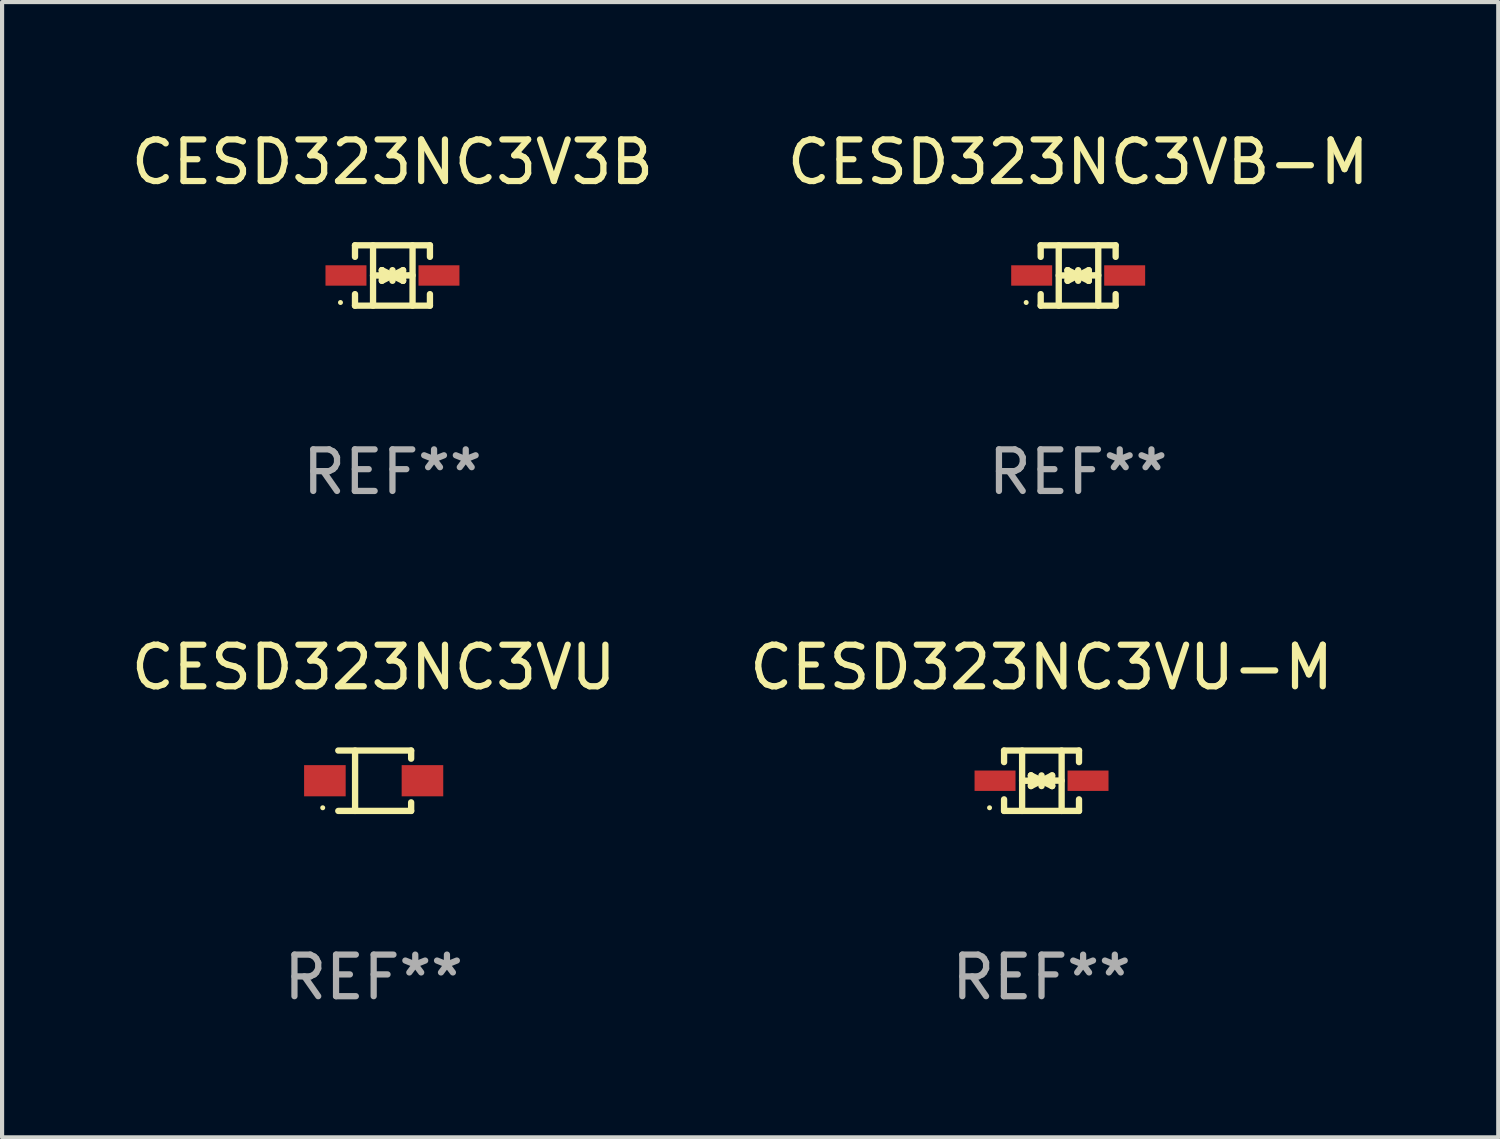
<source format=kicad_pcb>
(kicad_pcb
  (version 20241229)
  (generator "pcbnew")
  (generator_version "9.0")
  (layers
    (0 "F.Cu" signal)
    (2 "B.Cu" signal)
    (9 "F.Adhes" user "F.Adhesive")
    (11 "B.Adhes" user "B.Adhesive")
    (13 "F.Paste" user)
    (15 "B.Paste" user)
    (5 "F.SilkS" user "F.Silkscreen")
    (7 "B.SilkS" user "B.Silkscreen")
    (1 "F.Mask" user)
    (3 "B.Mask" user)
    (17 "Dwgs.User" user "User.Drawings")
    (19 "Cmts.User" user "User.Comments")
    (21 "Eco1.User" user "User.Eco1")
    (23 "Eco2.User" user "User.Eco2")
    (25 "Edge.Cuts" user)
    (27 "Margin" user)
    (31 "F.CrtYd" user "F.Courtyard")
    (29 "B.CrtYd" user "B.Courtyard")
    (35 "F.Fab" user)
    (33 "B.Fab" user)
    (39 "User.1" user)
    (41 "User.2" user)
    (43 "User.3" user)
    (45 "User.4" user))
  (footprint "CESD323NC3VU-M"
    (layer "F.Cu")
    (at 21.994 15.723)
    (property "Reference" "CESD323NC3VU-M" (at 0 -2.726 0) (layer "F.SilkS") (effects (font (size 1 1) (thickness 0.15))))
    (attr through_hole)
    (fp_line (start -0.901 -0.726) (end -0.901 -0.448) (stroke (width 0.152) (type solid)) (layer "F.SilkS"))
    (fp_line (start -0.901 0.726) (end -0.901 0.448) (stroke (width 0.152) (type solid)) (layer "F.SilkS"))
    (fp_line (start -0.467 0) (end 0.483 -0.003) (stroke (width 0.154) (type solid)) (layer "F.SilkS"))
    (fp_line (start -0.467 0.726) (end -0.467 -0.726) (stroke (width 0.152) (type solid)) (layer "F.SilkS"))
    (fp_line (start -0.254 -0.127) (end -0.254 -0.127) (stroke (width 0.154) (type solid)) (layer "F.SilkS"))
    (fp_line (start -0.254 -0.127) (end -0.002 -0.003) (stroke (width 0.154) (type solid)) (layer "F.SilkS"))
    (fp_line (start -0.254 0.127) (end -0.254 -0.127) (stroke (width 0.154) (type solid)) (layer "F.SilkS"))
    (fp_line (start -0.127 0) (end 0.003 0) (stroke (width 0.154) (type solid)) (layer "F.SilkS"))
    (fp_line (start -0.003 0) (end -0.254 0.127) (stroke (width 0.154) (type solid)) (layer "F.SilkS"))
    (fp_line (start 0 -0.127) (end 0 0.127) (stroke (width 0.154) (type solid)) (layer "F.SilkS"))
    (fp_line (start 0.003 0) (end 0.254 -0.127) (stroke (width 0.154) (type solid)) (layer "F.SilkS"))
    (fp_line (start 0.127 0) (end -0.003 0) (stroke (width 0.154) (type solid)) (layer "F.SilkS"))
    (fp_line (start 0.254 -0.127) (end 0.254 0.127) (stroke (width 0.154) (type solid)) (layer "F.SilkS"))
    (fp_line (start 0.254 0.127) (end 0.002 0.003) (stroke (width 0.154) (type solid)) (layer "F.SilkS"))
    (fp_line (start 0.254 0.127) (end 0.254 0.127) (stroke (width 0.154) (type solid)) (layer "F.SilkS"))
    (fp_line (start 0.483 0.726) (end 0.483 -0.726) (stroke (width 0.152) (type solid)) (layer "F.SilkS"))
    (fp_line (start 0.901 -0.726) (end -0.901 -0.726) (stroke (width 0.152) (type solid)) (layer "F.SilkS"))
    (fp_line (start 0.901 -0.726) (end 0.901 -0.448) (stroke (width 0.152) (type solid)) (layer "F.SilkS"))
    (fp_line (start 0.901 0.726) (end -0.901 0.726) (stroke (width 0.152) (type solid)) (layer "F.SilkS"))
    (fp_line (start 0.901 0.726) (end 0.901 0.448) (stroke (width 0.152) (type solid)) (layer "F.SilkS"))
    (fp_circle (center -1.25 0.65) (end -1.22 0.65) (stroke (width 0.06) (type solid)) (fill no) (layer "F.SilkS"))
    (fp_text user "REF**" (at 0 4.726 0) (layer "F.Fab") (effects (font (size 1 1) (thickness 0.15))))
    (pad "1" smd rect (at -1.118 0) (size 0.985 0.49) (layers "F.Cu" "F.Mask" "F.Paste"))
    (pad "2" smd rect (at 1.118 0) (size 0.985 0.49) (layers "F.Cu" "F.Mask" "F.Paste")))
  (footprint "CESD323NC3V3B"
    (layer "F.Cu")
    (at 6.387 3.574)
    (property "Reference" "CESD323NC3V3B" (at 0 -2.726 0) (layer "F.SilkS") (effects (font (size 1 1) (thickness 0.15))))
    (attr through_hole)
    (fp_line (start -0.901 -0.726) (end -0.901 -0.448) (stroke (width 0.152) (type solid)) (layer "F.SilkS"))
    (fp_line (start -0.901 0.726) (end -0.901 0.448) (stroke (width 0.152) (type solid)) (layer "F.SilkS"))
    (fp_line (start -0.467 0) (end 0.483 -0.003) (stroke (width 0.154) (type solid)) (layer "F.SilkS"))
    (fp_line (start -0.467 0.726) (end -0.467 -0.726) (stroke (width 0.152) (type solid)) (layer "F.SilkS"))
    (fp_line (start -0.254 -0.127) (end -0.254 -0.127) (stroke (width 0.154) (type solid)) (layer "F.SilkS"))
    (fp_line (start -0.254 -0.127) (end -0.002 -0.003) (stroke (width 0.154) (type solid)) (layer "F.SilkS"))
    (fp_line (start -0.254 0.127) (end -0.254 -0.127) (stroke (width 0.154) (type solid)) (layer "F.SilkS"))
    (fp_line (start -0.127 0) (end 0.003 0) (stroke (width 0.154) (type solid)) (layer "F.SilkS"))
    (fp_line (start -0.003 0) (end -0.254 0.127) (stroke (width 0.154) (type solid)) (layer "F.SilkS"))
    (fp_line (start 0 -0.127) (end 0 0.127) (stroke (width 0.154) (type solid)) (layer "F.SilkS"))
    (fp_line (start 0.003 0) (end 0.254 -0.127) (stroke (width 0.154) (type solid)) (layer "F.SilkS"))
    (fp_line (start 0.127 0) (end -0.003 0) (stroke (width 0.154) (type solid)) (layer "F.SilkS"))
    (fp_line (start 0.254 -0.127) (end 0.254 0.127) (stroke (width 0.154) (type solid)) (layer "F.SilkS"))
    (fp_line (start 0.254 0.127) (end 0.002 0.003) (stroke (width 0.154) (type solid)) (layer "F.SilkS"))
    (fp_line (start 0.254 0.127) (end 0.254 0.127) (stroke (width 0.154) (type solid)) (layer "F.SilkS"))
    (fp_line (start 0.483 0.726) (end 0.483 -0.726) (stroke (width 0.152) (type solid)) (layer "F.SilkS"))
    (fp_line (start 0.901 -0.726) (end -0.901 -0.726) (stroke (width 0.152) (type solid)) (layer "F.SilkS"))
    (fp_line (start 0.901 -0.726) (end 0.901 -0.448) (stroke (width 0.152) (type solid)) (layer "F.SilkS"))
    (fp_line (start 0.901 0.726) (end -0.901 0.726) (stroke (width 0.152) (type solid)) (layer "F.SilkS"))
    (fp_line (start 0.901 0.726) (end 0.901 0.448) (stroke (width 0.152) (type solid)) (layer "F.SilkS"))
    (fp_circle (center -1.25 0.65) (end -1.22 0.65) (stroke (width 0.06) (type solid)) (fill no) (layer "F.SilkS"))
    (fp_text user "REF**" (at 0 4.726 0) (layer "F.Fab") (effects (font (size 1 1) (thickness 0.15))))
    (pad "1" smd rect (at -1.118 0) (size 0.985 0.49) (layers "F.Cu" "F.Mask" "F.Paste"))
    (pad "2" smd rect (at 1.118 0) (size 0.985 0.49) (layers "F.Cu" "F.Mask" "F.Paste")))
  (footprint "CESD323NC3VB-M"
    (layer "F.Cu")
    (at 22.875 3.574)
    (property "Reference" "CESD323NC3VB-M" (at 0 -2.726 0) (layer "F.SilkS") (effects (font (size 1 1) (thickness 0.15))))
    (attr through_hole)
    (fp_line (start -0.901 -0.726) (end -0.901 -0.448) (stroke (width 0.152) (type solid)) (layer "F.SilkS"))
    (fp_line (start -0.901 0.726) (end -0.901 0.448) (stroke (width 0.152) (type solid)) (layer "F.SilkS"))
    (fp_line (start -0.467 0) (end 0.483 -0.003) (stroke (width 0.154) (type solid)) (layer "F.SilkS"))
    (fp_line (start -0.467 0.726) (end -0.467 -0.726) (stroke (width 0.152) (type solid)) (layer "F.SilkS"))
    (fp_line (start -0.254 -0.127) (end -0.254 -0.127) (stroke (width 0.154) (type solid)) (layer "F.SilkS"))
    (fp_line (start -0.254 -0.127) (end -0.002 -0.003) (stroke (width 0.154) (type solid)) (layer "F.SilkS"))
    (fp_line (start -0.254 0.127) (end -0.254 -0.127) (stroke (width 0.154) (type solid)) (layer "F.SilkS"))
    (fp_line (start -0.127 0) (end 0.003 0) (stroke (width 0.154) (type solid)) (layer "F.SilkS"))
    (fp_line (start -0.003 0) (end -0.254 0.127) (stroke (width 0.154) (type solid)) (layer "F.SilkS"))
    (fp_line (start 0 -0.127) (end 0 0.127) (stroke (width 0.154) (type solid)) (layer "F.SilkS"))
    (fp_line (start 0.003 0) (end 0.254 -0.127) (stroke (width 0.154) (type solid)) (layer "F.SilkS"))
    (fp_line (start 0.127 0) (end -0.003 0) (stroke (width 0.154) (type solid)) (layer "F.SilkS"))
    (fp_line (start 0.254 -0.127) (end 0.254 0.127) (stroke (width 0.154) (type solid)) (layer "F.SilkS"))
    (fp_line (start 0.254 0.127) (end 0.002 0.003) (stroke (width 0.154) (type solid)) (layer "F.SilkS"))
    (fp_line (start 0.254 0.127) (end 0.254 0.127) (stroke (width 0.154) (type solid)) (layer "F.SilkS"))
    (fp_line (start 0.483 0.726) (end 0.483 -0.726) (stroke (width 0.152) (type solid)) (layer "F.SilkS"))
    (fp_line (start 0.901 -0.726) (end -0.901 -0.726) (stroke (width 0.152) (type solid)) (layer "F.SilkS"))
    (fp_line (start 0.901 -0.726) (end 0.901 -0.448) (stroke (width 0.152) (type solid)) (layer "F.SilkS"))
    (fp_line (start 0.901 0.726) (end -0.901 0.726) (stroke (width 0.152) (type solid)) (layer "F.SilkS"))
    (fp_line (start 0.901 0.726) (end 0.901 0.448) (stroke (width 0.152) (type solid)) (layer "F.SilkS"))
    (fp_circle (center -1.25 0.65) (end -1.22 0.65) (stroke (width 0.06) (type solid)) (fill no) (layer "F.SilkS"))
    (fp_text user "REF**" (at 0 4.726 0) (layer "F.Fab") (effects (font (size 1 1) (thickness 0.15))))
    (pad "1" smd rect (at -1.118 0) (size 0.985 0.49) (layers "F.Cu" "F.Mask" "F.Paste"))
    (pad "2" smd rect (at 1.118 0) (size 0.985 0.49) (layers "F.Cu" "F.Mask" "F.Paste")))
  (footprint "CESD323NC3VU"
    (layer "F.Cu")
    (at 5.935 15.723)
    (property "Reference" "CESD323NC3VU" (at 0 -2.726 0) (layer "F.SilkS") (effects (font (size 1 1) (thickness 0.15))))
    (attr through_hole)
    (fp_line (start -0.851 -0.726) (end 0.901 -0.726) (stroke (width 0.152) (type solid)) (layer "F.SilkS"))
    (fp_line (start -0.851 0.726) (end 0.901 0.726) (stroke (width 0.152) (type solid)) (layer "F.SilkS"))
    (fp_line (start -0.447 -0.726) (end -0.447 0.726) (stroke (width 0.152) (type solid)) (layer "F.SilkS"))
    (fp_line (start 0.901 -0.726) (end 0.901 -0.53) (stroke (width 0.152) (type solid)) (layer "F.SilkS"))
    (fp_line (start 0.901 0.726) (end 0.901 0.52) (stroke (width 0.152) (type solid)) (layer "F.SilkS"))
    (fp_circle (center -1.225 0.65) (end -1.195 0.65) (stroke (width 0.06) (type solid)) (fill no) (layer "F.SilkS"))
    (fp_text user "REF**" (at 0 4.726 0) (layer "F.Fab") (effects (font (size 1 1) (thickness 0.15))))
    (pad "1" smd rect (at -1.173 0) (size 1 0.75) (layers "F.Cu" "F.Mask" "F.Paste"))
    (pad "2" smd rect (at 1.173 0) (size 1 0.75) (layers "F.Cu" "F.Mask" "F.Paste")))
  (gr_rect
    (start -3 -3)
    (end 32.976 24.298)
    (stroke (width 0.1) (type default))
    (fill no)
    (layer "Edge.Cuts")))
</source>
